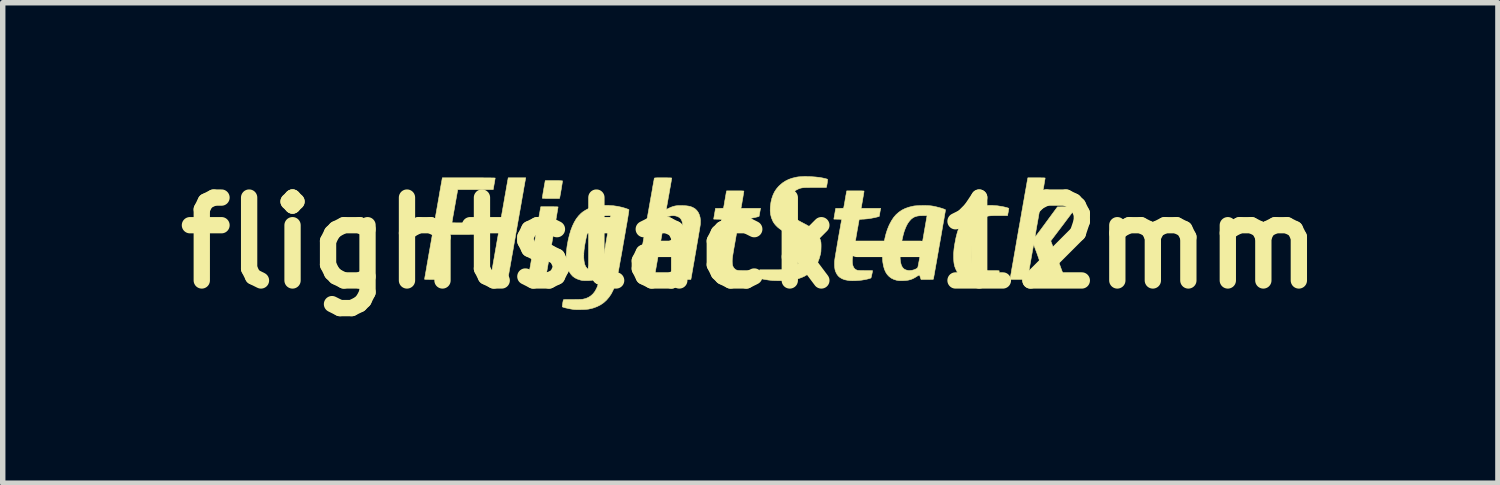
<source format=kicad_pcb>
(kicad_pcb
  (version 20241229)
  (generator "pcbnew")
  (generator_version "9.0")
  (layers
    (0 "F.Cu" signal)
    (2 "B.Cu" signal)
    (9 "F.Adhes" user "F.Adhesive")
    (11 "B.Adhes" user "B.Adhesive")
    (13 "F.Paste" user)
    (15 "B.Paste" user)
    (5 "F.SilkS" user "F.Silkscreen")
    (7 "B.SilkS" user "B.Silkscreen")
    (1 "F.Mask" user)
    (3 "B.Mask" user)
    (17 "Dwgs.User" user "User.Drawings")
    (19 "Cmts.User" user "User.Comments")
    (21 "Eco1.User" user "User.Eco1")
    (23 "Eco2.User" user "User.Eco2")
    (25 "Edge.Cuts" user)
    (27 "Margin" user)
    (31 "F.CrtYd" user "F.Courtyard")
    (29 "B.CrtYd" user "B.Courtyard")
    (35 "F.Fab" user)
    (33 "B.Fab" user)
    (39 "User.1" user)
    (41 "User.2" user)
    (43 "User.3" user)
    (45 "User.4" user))
  (footprint "flightstack-12mm"
    (layer "F.Cu")
    (at 10.748 1.418)
    (property "Reference" "flightstack-12mm" (at 0 0 0) (layer "F.SilkS") (effects (font (size 1.524 1.524) (thickness 0.3))))
    (attr through_hole)
    (fp_poly (pts (xy -3.576 -1.145) (xy -3.541 -1.145) (xy -3.51 -1.145) (xy -3.485 -1.144) (xy -3.467 -1.143) (xy -3.456 -1.142) (xy -3.454 -1.142) (xy -3.454 -1.137) (xy -3.456 -1.123) (xy -3.459 -1.103) (xy -3.463 -1.078) (xy -3.468 -1.049) (xy -3.473 -1.016) (xy -3.478 -0.983) (xy -3.484 -0.95) (xy -3.489 -0.918) (xy -3.495 -0.889) (xy -3.499 -0.864) (xy -3.503 -0.844) (xy -3.505 -0.832) (xy -3.506 -0.83) (xy -3.508 -0.82) (xy -3.666 -0.82) (xy -3.704 -0.82) (xy -3.739 -0.82) (xy -3.769 -0.82) (xy -3.794 -0.821) (xy -3.813 -0.822) (xy -3.823 -0.823) (xy -3.826 -0.823) (xy -3.825 -0.828) (xy -3.823 -0.842) (xy -3.82 -0.862) (xy -3.816 -0.889) (xy -3.811 -0.92) (xy -3.805 -0.954) (xy -3.799 -0.99) (xy -3.792 -1.028) (xy -3.786 -1.065) (xy -3.779 -1.101) (xy -3.774 -1.13) (xy -3.771 -1.145) (xy -3.614 -1.145) (xy -3.576 -1.145)) (stroke (width 0.01) (type solid)) (fill yes) (layer "F.SilkS"))
    (fp_poly (pts (xy -3.657 -0.666) (xy -3.623 -0.666) (xy -3.592 -0.665) (xy -3.567 -0.665) (xy -3.549 -0.664) (xy -3.538 -0.663) (xy -3.535 -0.663) (xy -3.536 -0.658) (xy -3.538 -0.644) (xy -3.542 -0.622) (xy -3.547 -0.592) (xy -3.553 -0.556) (xy -3.56 -0.514) (xy -3.568 -0.466) (xy -3.578 -0.413) (xy -3.587 -0.356) (xy -3.598 -0.295) (xy -3.609 -0.232) (xy -3.621 -0.166) (xy -3.632 -0.099) (xy -3.644 -0.031) (xy -3.656 0.038) (xy -3.668 0.106) (xy -3.68 0.173) (xy -3.692 0.239) (xy -3.703 0.302) (xy -3.714 0.362) (xy -3.724 0.419) (xy -3.733 0.471) (xy -3.741 0.518) (xy -3.749 0.56) (xy -3.755 0.596) (xy -3.761 0.625) (xy -3.765 0.646) (xy -3.767 0.659) (xy -3.768 0.663) (xy -3.77 0.665) (xy -3.773 0.667) (xy -3.779 0.668) (xy -3.788 0.669) (xy -3.802 0.67) (xy -3.822 0.67) (xy -3.848 0.671) (xy -3.881 0.671) (xy -3.923 0.671) (xy -3.93 0.671) (xy -3.968 0.671) (xy -4.002 0.67) (xy -4.032 0.67) (xy -4.057 0.669) (xy -4.075 0.669) (xy -4.086 0.668) (xy -4.088 0.667) (xy -4.087 0.662) (xy -4.085 0.648) (xy -4.081 0.626) (xy -4.076 0.596) (xy -4.07 0.56) (xy -4.062 0.517) (xy -4.054 0.469) (xy -4.044 0.417) (xy -4.034 0.359) (xy -4.024 0.299) (xy -4.013 0.235) (xy -4.001 0.17) (xy -3.989 0.102) (xy -3.977 0.034) (xy -3.965 -0.035) (xy -3.953 -0.103) (xy -3.942 -0.17) (xy -3.93 -0.235) (xy -3.919 -0.298) (xy -3.908 -0.358) (xy -3.898 -0.415) (xy -3.889 -0.467) (xy -3.881 -0.514) (xy -3.873 -0.555) (xy -3.867 -0.591) (xy -3.862 -0.619) (xy -3.858 -0.639) (xy -3.856 -0.652) (xy -3.856 -0.655) (xy -3.853 -0.666) (xy -3.695 -0.666) (xy -3.657 -0.666)) (stroke (width 0.01) (type solid)) (fill yes) (layer "F.SilkS"))
    (fp_poly (pts (xy -4.133 -1.185) (xy -4.134 -1.179) (xy -4.137 -1.164) (xy -4.141 -1.14) (xy -4.147 -1.109) (xy -4.153 -1.07) (xy -4.162 -1.024) (xy -4.171 -0.971) (xy -4.181 -0.912) (xy -4.193 -0.847) (xy -4.205 -0.777) (xy -4.218 -0.702) (xy -4.232 -0.622) (xy -4.247 -0.539) (xy -4.262 -0.452) (xy -4.278 -0.363) (xy -4.294 -0.271) (xy -4.296 -0.256) (xy -4.313 -0.164) (xy -4.328 -0.074) (xy -4.344 0.013) (xy -4.358 0.096) (xy -4.372 0.176) (xy -4.386 0.251) (xy -4.398 0.321) (xy -4.41 0.387) (xy -4.42 0.446) (xy -4.43 0.5) (xy -4.438 0.546) (xy -4.445 0.586) (xy -4.451 0.618) (xy -4.455 0.642) (xy -4.458 0.658) (xy -4.459 0.665) (xy -4.459 0.665) (xy -4.462 0.667) (xy -4.469 0.668) (xy -4.482 0.669) (xy -4.501 0.67) (xy -4.528 0.67) (xy -4.561 0.671) (xy -4.604 0.671) (xy -4.62 0.671) (xy -4.663 0.671) (xy -4.698 0.671) (xy -4.725 0.67) (xy -4.745 0.67) (xy -4.759 0.669) (xy -4.769 0.668) (xy -4.775 0.667) (xy -4.777 0.665) (xy -4.778 0.663) (xy -4.777 0.658) (xy -4.775 0.644) (xy -4.771 0.621) (xy -4.766 0.591) (xy -4.759 0.553) (xy -4.752 0.509) (xy -4.743 0.459) (xy -4.733 0.403) (xy -4.723 0.342) (xy -4.711 0.277) (xy -4.699 0.208) (xy -4.687 0.136) (xy -4.673 0.06) (xy -4.66 -0.017) (xy -4.646 -0.096) (xy -4.632 -0.176) (xy -4.618 -0.257) (xy -4.604 -0.338) (xy -4.59 -0.418) (xy -4.576 -0.497) (xy -4.562 -0.574) (xy -4.549 -0.649) (xy -4.536 -0.722) (xy -4.524 -0.791) (xy -4.513 -0.856) (xy -4.502 -0.916) (xy -4.492 -0.972) (xy -4.484 -1.022) (xy -4.476 -1.066) (xy -4.469 -1.103) (xy -4.464 -1.133) (xy -4.46 -1.155) (xy -4.457 -1.169) (xy -4.457 -1.173) (xy -4.452 -1.198) (xy -4.13 -1.198) (xy -4.133 -1.185)) (stroke (width 0.01) (type solid)) (fill yes) (layer "F.SilkS"))
    (fp_poly (pts (xy 4.547 -0.683) (xy 4.634 -0.669) (xy 4.663 -0.663) (xy 4.689 -0.657) (xy 4.712 -0.651) (xy 4.732 -0.645) (xy 4.746 -0.64) (xy 4.754 -0.636) (xy 4.754 -0.635) (xy 4.753 -0.63) (xy 4.751 -0.618) (xy 4.748 -0.6) (xy 4.745 -0.58) (xy 4.741 -0.559) (xy 4.737 -0.54) (xy 4.734 -0.524) (xy 4.733 -0.515) (xy 4.732 -0.514) (xy 4.73 -0.503) (xy 4.571 -0.503) (xy 4.521 -0.503) (xy 4.48 -0.503) (xy 4.446 -0.502) (xy 4.418 -0.5) (xy 4.394 -0.498) (xy 4.375 -0.495) (xy 4.358 -0.491) (xy 4.343 -0.486) (xy 4.327 -0.48) (xy 4.316 -0.475) (xy 4.283 -0.454) (xy 4.25 -0.425) (xy 4.22 -0.388) (xy 4.191 -0.343) (xy 4.165 -0.293) (xy 4.144 -0.24) (xy 4.128 -0.193) (xy 4.114 -0.139) (xy 4.1 -0.08) (xy 4.088 -0.017) (xy 4.077 0.046) (xy 4.069 0.107) (xy 4.063 0.165) (xy 4.06 0.218) (xy 4.059 0.24) (xy 4.061 0.294) (xy 4.067 0.34) (xy 4.077 0.379) (xy 4.091 0.412) (xy 4.11 0.44) (xy 4.127 0.457) (xy 4.14 0.469) (xy 4.154 0.479) (xy 4.169 0.487) (xy 4.186 0.493) (xy 4.206 0.498) (xy 4.23 0.502) (xy 4.259 0.505) (xy 4.294 0.506) (xy 4.336 0.507) (xy 4.386 0.508) (xy 4.42 0.508) (xy 4.465 0.508) (xy 4.502 0.508) (xy 4.53 0.509) (xy 4.551 0.51) (xy 4.566 0.511) (xy 4.574 0.512) (xy 4.577 0.514) (xy 4.577 0.514) (xy 4.576 0.524) (xy 4.573 0.541) (xy 4.57 0.561) (xy 4.566 0.583) (xy 4.561 0.604) (xy 4.557 0.622) (xy 4.553 0.635) (xy 4.551 0.641) (xy 4.544 0.644) (xy 4.529 0.649) (xy 4.508 0.655) (xy 4.483 0.661) (xy 4.455 0.668) (xy 4.426 0.674) (xy 4.399 0.679) (xy 4.376 0.683) (xy 4.344 0.687) (xy 4.307 0.69) (xy 4.266 0.692) (xy 4.223 0.693) (xy 4.18 0.693) (xy 4.14 0.692) (xy 4.106 0.69) (xy 4.08 0.688) (xy 4.034 0.679) (xy 3.99 0.667) (xy 3.949 0.652) (xy 3.914 0.636) (xy 3.911 0.634) (xy 3.893 0.622) (xy 3.872 0.606) (xy 3.852 0.588) (xy 3.845 0.581) (xy 3.826 0.561) (xy 3.812 0.543) (xy 3.799 0.523) (xy 3.786 0.497) (xy 3.771 0.464) (xy 3.76 0.434) (xy 3.752 0.404) (xy 3.746 0.371) (xy 3.742 0.335) (xy 3.74 0.291) (xy 3.739 0.282) (xy 3.739 0.237) (xy 3.739 0.196) (xy 3.742 0.155) (xy 3.746 0.112) (xy 3.752 0.066) (xy 3.761 0.012) (xy 3.763 0.002) (xy 3.781 -0.093) (xy 3.803 -0.18) (xy 3.828 -0.258) (xy 3.857 -0.33) (xy 3.889 -0.394) (xy 3.926 -0.453) (xy 3.966 -0.505) (xy 3.967 -0.507) (xy 4.007 -0.547) (xy 4.053 -0.584) (xy 4.103 -0.617) (xy 4.155 -0.643) (xy 4.207 -0.662) (xy 4.22 -0.666) (xy 4.295 -0.681) (xy 4.376 -0.689) (xy 4.46 -0.689) (xy 4.547 -0.683)) (stroke (width 0.01) (type solid)) (fill yes) (layer "F.SilkS"))
    (fp_poly (pts (xy -5.11 -1.198) (xy -5.046 -1.198) (xy -4.985 -1.198) (xy -4.927 -1.198) (xy -4.875 -1.197) (xy -4.828 -1.197) (xy -4.787 -1.197) (xy -4.752 -1.196) (xy -4.725 -1.196) (xy -4.705 -1.195) (xy -4.694 -1.195) (xy -4.692 -1.195) (xy -4.692 -1.189) (xy -4.695 -1.175) (xy -4.698 -1.155) (xy -4.702 -1.13) (xy -4.707 -1.1) (xy -4.71 -1.087) (xy -4.728 -0.982) (xy -5.38 -0.982) (xy -5.434 -0.679) (xy -5.443 -0.627) (xy -5.452 -0.577) (xy -5.46 -0.531) (xy -5.468 -0.489) (xy -5.474 -0.452) (xy -5.479 -0.421) (xy -5.483 -0.397) (xy -5.486 -0.381) (xy -5.487 -0.373) (xy -5.488 -0.373) (xy -5.483 -0.372) (xy -5.469 -0.371) (xy -5.448 -0.371) (xy -5.42 -0.37) (xy -5.385 -0.37) (xy -5.346 -0.369) (xy -5.301 -0.369) (xy -5.253 -0.369) (xy -5.217 -0.369) (xy -5.157 -0.369) (xy -5.105 -0.369) (xy -5.063 -0.369) (xy -5.028 -0.368) (xy -5 -0.368) (xy -4.978 -0.367) (xy -4.963 -0.366) (xy -4.953 -0.365) (xy -4.947 -0.364) (xy -4.946 -0.363) (xy -4.947 -0.357) (xy -4.949 -0.342) (xy -4.952 -0.322) (xy -4.957 -0.296) (xy -4.962 -0.267) (xy -4.963 -0.261) (xy -4.968 -0.232) (xy -4.972 -0.206) (xy -4.976 -0.185) (xy -4.978 -0.17) (xy -4.979 -0.162) (xy -4.979 -0.162) (xy -4.984 -0.161) (xy -4.997 -0.16) (xy -5.019 -0.16) (xy -5.047 -0.159) (xy -5.081 -0.159) (xy -5.121 -0.159) (xy -5.166 -0.158) (xy -5.214 -0.158) (xy -5.252 -0.158) (xy -5.526 -0.158) (xy -5.528 -0.147) (xy -5.529 -0.141) (xy -5.532 -0.126) (xy -5.536 -0.103) (xy -5.541 -0.073) (xy -5.548 -0.036) (xy -5.555 0.007) (xy -5.564 0.055) (xy -5.573 0.107) (xy -5.583 0.164) (xy -5.593 0.223) (xy -5.6 0.262) (xy -5.61 0.323) (xy -5.62 0.381) (xy -5.63 0.436) (xy -5.639 0.486) (xy -5.647 0.532) (xy -5.654 0.572) (xy -5.66 0.606) (xy -5.665 0.633) (xy -5.669 0.652) (xy -5.671 0.664) (xy -5.672 0.666) (xy -5.677 0.667) (xy -5.691 0.669) (xy -5.711 0.669) (xy -5.736 0.67) (xy -5.766 0.671) (xy -5.798 0.671) (xy -5.832 0.671) (xy -5.866 0.671) (xy -5.898 0.671) (xy -5.927 0.67) (xy -5.953 0.67) (xy -5.973 0.669) (xy -5.986 0.668) (xy -5.991 0.666) (xy -5.991 0.666) (xy -5.99 0.661) (xy -5.987 0.648) (xy -5.984 0.626) (xy -5.978 0.596) (xy -5.972 0.558) (xy -5.964 0.515) (xy -5.955 0.465) (xy -5.946 0.409) (xy -5.935 0.348) (xy -5.924 0.283) (xy -5.912 0.214) (xy -5.899 0.142) (xy -5.886 0.067) (xy -5.872 -0.011) (xy -5.858 -0.09) (xy -5.844 -0.17) (xy -5.83 -0.251) (xy -5.816 -0.332) (xy -5.802 -0.412) (xy -5.788 -0.492) (xy -5.774 -0.57) (xy -5.761 -0.645) (xy -5.748 -0.718) (xy -5.736 -0.788) (xy -5.724 -0.854) (xy -5.714 -0.916) (xy -5.704 -0.972) (xy -5.695 -1.023) (xy -5.687 -1.069) (xy -5.68 -1.107) (xy -5.674 -1.139) (xy -5.67 -1.163) (xy -5.667 -1.178) (xy -5.666 -1.183) (xy -5.664 -1.198) (xy -5.178 -1.198) (xy -5.11 -1.198)) (stroke (width 0.01) (type solid)) (fill yes) (layer "F.SilkS"))
    (fp_poly (pts (xy 5.3 -1.198) (xy 5.335 -1.198) (xy 5.365 -1.197) (xy 5.39 -1.197) (xy 5.409 -1.196) (xy 5.419 -1.195) (xy 5.422 -1.195) (xy 5.421 -1.189) (xy 5.419 -1.175) (xy 5.415 -1.153) (xy 5.41 -1.123) (xy 5.404 -1.087) (xy 5.397 -1.043) (xy 5.388 -0.994) (xy 5.379 -0.94) (xy 5.369 -0.88) (xy 5.358 -0.817) (xy 5.346 -0.751) (xy 5.334 -0.681) (xy 5.328 -0.652) (xy 5.316 -0.581) (xy 5.304 -0.513) (xy 5.293 -0.448) (xy 5.282 -0.387) (xy 5.272 -0.331) (xy 5.263 -0.279) (xy 5.255 -0.233) (xy 5.249 -0.193) (xy 5.243 -0.16) (xy 5.239 -0.135) (xy 5.236 -0.117) (xy 5.235 -0.108) (xy 5.235 -0.107) (xy 5.238 -0.11) (xy 5.246 -0.12) (xy 5.259 -0.136) (xy 5.276 -0.159) (xy 5.297 -0.187) (xy 5.321 -0.219) (xy 5.349 -0.256) (xy 5.379 -0.297) (xy 5.411 -0.34) (xy 5.442 -0.383) (xy 5.649 -0.664) (xy 5.818 -0.665) (xy 5.858 -0.665) (xy 5.894 -0.665) (xy 5.926 -0.665) (xy 5.953 -0.665) (xy 5.973 -0.664) (xy 5.986 -0.663) (xy 5.991 -0.663) (xy 5.989 -0.658) (xy 5.981 -0.647) (xy 5.968 -0.629) (xy 5.951 -0.605) (xy 5.93 -0.576) (xy 5.905 -0.542) (xy 5.877 -0.504) (xy 5.846 -0.463) (xy 5.812 -0.418) (xy 5.777 -0.371) (xy 5.76 -0.348) (xy 5.525 -0.038) (xy 5.656 0.313) (xy 5.677 0.368) (xy 5.697 0.421) (xy 5.715 0.471) (xy 5.732 0.516) (xy 5.747 0.557) (xy 5.76 0.592) (xy 5.77 0.622) (xy 5.778 0.644) (xy 5.784 0.66) (xy 5.786 0.667) (xy 5.786 0.667) (xy 5.781 0.668) (xy 5.767 0.669) (xy 5.746 0.67) (xy 5.719 0.67) (xy 5.687 0.671) (xy 5.65 0.671) (xy 5.614 0.671) (xy 5.444 0.671) (xy 5.435 0.651) (xy 5.432 0.643) (xy 5.426 0.626) (xy 5.418 0.603) (xy 5.407 0.573) (xy 5.394 0.537) (xy 5.379 0.496) (xy 5.363 0.45) (xy 5.346 0.402) (xy 5.328 0.35) (xy 5.319 0.327) (xy 5.301 0.276) (xy 5.284 0.227) (xy 5.268 0.182) (xy 5.253 0.142) (xy 5.24 0.107) (xy 5.229 0.077) (xy 5.22 0.054) (xy 5.214 0.038) (xy 5.21 0.03) (xy 5.21 0.03) (xy 5.209 0.035) (xy 5.206 0.05) (xy 5.202 0.072) (xy 5.197 0.101) (xy 5.19 0.137) (xy 5.183 0.178) (xy 5.175 0.223) (xy 5.166 0.273) (xy 5.157 0.326) (xy 5.152 0.352) (xy 5.097 0.669) (xy 4.937 0.67) (xy 4.894 0.67) (xy 4.86 0.67) (xy 4.833 0.67) (xy 4.812 0.67) (xy 4.798 0.67) (xy 4.788 0.669) (xy 4.782 0.668) (xy 4.779 0.666) (xy 4.778 0.664) (xy 4.778 0.661) (xy 4.779 0.656) (xy 4.781 0.642) (xy 4.785 0.619) (xy 4.79 0.589) (xy 4.797 0.551) (xy 4.804 0.507) (xy 4.813 0.456) (xy 4.823 0.4) (xy 4.834 0.339) (xy 4.845 0.274) (xy 4.857 0.205) (xy 4.87 0.132) (xy 4.883 0.056) (xy 4.896 -0.021) (xy 4.91 -0.101) (xy 4.924 -0.181) (xy 4.938 -0.262) (xy 4.953 -0.343) (xy 4.967 -0.423) (xy 4.981 -0.503) (xy 4.994 -0.58) (xy 5.008 -0.656) (xy 5.02 -0.729) (xy 5.033 -0.798) (xy 5.044 -0.864) (xy 5.055 -0.925) (xy 5.065 -0.981) (xy 5.074 -1.031) (xy 5.082 -1.076) (xy 5.088 -1.114) (xy 5.094 -1.144) (xy 5.098 -1.167) (xy 5.101 -1.182) (xy 5.102 -1.187) (xy 5.104 -1.198) (xy 5.262 -1.198) (xy 5.3 -1.198)) (stroke (width 0.01) (type solid)) (fill yes) (layer "F.SilkS"))
    (fp_poly (pts (xy 1.969 -0.958) (xy 2.004 -0.958) (xy 2.034 -0.958) (xy 2.059 -0.957) (xy 2.078 -0.956) (xy 2.089 -0.955) (xy 2.091 -0.955) (xy 2.091 -0.95) (xy 2.089 -0.936) (xy 2.086 -0.916) (xy 2.082 -0.891) (xy 2.077 -0.862) (xy 2.071 -0.829) (xy 2.066 -0.796) (xy 2.06 -0.762) (xy 2.054 -0.73) (xy 2.049 -0.701) (xy 2.045 -0.676) (xy 2.041 -0.656) (xy 2.04 -0.653) (xy 2.037 -0.637) (xy 2.397 -0.637) (xy 2.394 -0.623) (xy 2.393 -0.612) (xy 2.389 -0.595) (xy 2.385 -0.573) (xy 2.381 -0.549) (xy 2.381 -0.548) (xy 2.371 -0.489) (xy 2.344 -0.481) (xy 2.288 -0.467) (xy 2.225 -0.455) (xy 2.16 -0.445) (xy 2.095 -0.439) (xy 2.067 -0.438) (xy 2.041 -0.436) (xy 2.023 -0.435) (xy 2.012 -0.433) (xy 2.005 -0.431) (xy 2.002 -0.428) (xy 2.001 -0.425) (xy 1.999 -0.416) (xy 1.996 -0.399) (xy 1.992 -0.375) (xy 1.986 -0.344) (xy 1.98 -0.307) (xy 1.972 -0.266) (xy 1.964 -0.221) (xy 1.956 -0.173) (xy 1.947 -0.123) (xy 1.939 -0.072) (xy 1.93 -0.022) (xy 1.921 0.028) (xy 1.913 0.076) (xy 1.905 0.12) (xy 1.898 0.161) (xy 1.892 0.198) (xy 1.887 0.228) (xy 1.883 0.252) (xy 1.88 0.268) (xy 1.879 0.275) (xy 1.875 0.325) (xy 1.877 0.371) (xy 1.884 0.41) (xy 1.897 0.444) (xy 1.915 0.471) (xy 1.939 0.49) (xy 1.967 0.502) (xy 1.97 0.503) (xy 1.982 0.504) (xy 2.001 0.506) (xy 2.028 0.507) (xy 2.059 0.507) (xy 2.094 0.508) (xy 2.121 0.508) (xy 2.155 0.508) (xy 2.185 0.508) (xy 2.211 0.508) (xy 2.231 0.509) (xy 2.243 0.509) (xy 2.248 0.51) (xy 2.247 0.519) (xy 2.244 0.535) (xy 2.24 0.555) (xy 2.235 0.577) (xy 2.23 0.599) (xy 2.226 0.618) (xy 2.222 0.633) (xy 2.219 0.642) (xy 2.218 0.643) (xy 2.208 0.648) (xy 2.191 0.653) (xy 2.168 0.66) (xy 2.143 0.666) (xy 2.118 0.671) (xy 2.109 0.673) (xy 2.051 0.683) (xy 1.992 0.689) (xy 1.934 0.693) (xy 1.878 0.694) (xy 1.828 0.692) (xy 1.791 0.687) (xy 1.736 0.676) (xy 1.689 0.658) (xy 1.649 0.635) (xy 1.616 0.606) (xy 1.59 0.57) (xy 1.569 0.527) (xy 1.559 0.497) (xy 1.555 0.474) (xy 1.551 0.443) (xy 1.549 0.408) (xy 1.549 0.372) (xy 1.55 0.337) (xy 1.553 0.312) (xy 1.554 0.301) (xy 1.557 0.282) (xy 1.561 0.255) (xy 1.567 0.222) (xy 1.573 0.183) (xy 1.581 0.139) (xy 1.589 0.092) (xy 1.597 0.042) (xy 1.606 -0.01) (xy 1.615 -0.062) (xy 1.624 -0.115) (xy 1.633 -0.166) (xy 1.642 -0.216) (xy 1.65 -0.262) (xy 1.658 -0.305) (xy 1.664 -0.343) (xy 1.67 -0.374) (xy 1.675 -0.4) (xy 1.678 -0.417) (xy 1.68 -0.425) (xy 1.68 -0.429) (xy 1.679 -0.432) (xy 1.675 -0.434) (xy 1.667 -0.435) (xy 1.652 -0.436) (xy 1.631 -0.437) (xy 1.609 -0.437) (xy 1.536 -0.439) (xy 1.553 -0.537) (xy 1.57 -0.635) (xy 1.643 -0.636) (xy 1.67 -0.637) (xy 1.69 -0.638) (xy 1.703 -0.639) (xy 1.711 -0.64) (xy 1.715 -0.642) (xy 1.717 -0.646) (xy 1.718 -0.648) (xy 1.719 -0.656) (xy 1.722 -0.671) (xy 1.726 -0.693) (xy 1.731 -0.721) (xy 1.737 -0.754) (xy 1.743 -0.789) (xy 1.744 -0.798) (xy 1.751 -0.834) (xy 1.756 -0.867) (xy 1.762 -0.896) (xy 1.766 -0.92) (xy 1.769 -0.937) (xy 1.771 -0.947) (xy 1.771 -0.948) (xy 1.773 -0.958) (xy 1.931 -0.958) (xy 1.969 -0.958)) (stroke (width 0.01) (type solid)) (fill yes) (layer "F.SilkS"))
    (fp_poly (pts (xy 3.215 -0.688) (xy 3.255 -0.687) (xy 3.29 -0.685) (xy 3.319 -0.683) (xy 3.333 -0.681) (xy 3.361 -0.677) (xy 3.392 -0.67) (xy 3.425 -0.663) (xy 3.458 -0.654) (xy 3.49 -0.646) (xy 3.52 -0.637) (xy 3.546 -0.628) (xy 3.567 -0.621) (xy 3.582 -0.614) (xy 3.589 -0.609) (xy 3.59 -0.607) (xy 3.589 -0.602) (xy 3.586 -0.588) (xy 3.583 -0.566) (xy 3.577 -0.536) (xy 3.571 -0.5) (xy 3.564 -0.457) (xy 3.556 -0.409) (xy 3.546 -0.356) (xy 3.536 -0.3) (xy 3.526 -0.24) (xy 3.515 -0.177) (xy 3.504 -0.112) (xy 3.492 -0.045) (xy 3.48 0.022) (xy 3.468 0.089) (xy 3.457 0.156) (xy 3.445 0.221) (xy 3.434 0.285) (xy 3.424 0.345) (xy 3.413 0.403) (xy 3.404 0.456) (xy 3.395 0.505) (xy 3.388 0.549) (xy 3.381 0.587) (xy 3.375 0.618) (xy 3.371 0.642) (xy 3.368 0.657) (xy 3.367 0.665) (xy 3.367 0.665) (xy 3.364 0.667) (xy 3.355 0.669) (xy 3.341 0.67) (xy 3.32 0.67) (xy 3.291 0.671) (xy 3.254 0.671) (xy 3.14 0.671) (xy 3.126 0.63) (xy 3.12 0.612) (xy 3.114 0.598) (xy 3.109 0.59) (xy 3.107 0.589) (xy 3.101 0.592) (xy 3.088 0.599) (xy 3.072 0.608) (xy 3.064 0.614) (xy 3.021 0.64) (xy 2.982 0.66) (xy 2.943 0.674) (xy 2.903 0.684) (xy 2.859 0.69) (xy 2.808 0.693) (xy 2.808 0.693) (xy 2.776 0.693) (xy 2.751 0.693) (xy 2.73 0.692) (xy 2.711 0.689) (xy 2.692 0.686) (xy 2.64 0.67) (xy 2.593 0.647) (xy 2.553 0.617) (xy 2.518 0.58) (xy 2.489 0.535) (xy 2.466 0.483) (xy 2.449 0.423) (xy 2.437 0.355) (xy 2.434 0.327) (xy 2.431 0.27) (xy 2.432 0.24) (xy 2.754 0.24) (xy 2.756 0.299) (xy 2.762 0.35) (xy 2.772 0.393) (xy 2.786 0.429) (xy 2.805 0.457) (xy 2.828 0.479) (xy 2.856 0.494) (xy 2.875 0.5) (xy 2.913 0.507) (xy 2.953 0.506) (xy 2.981 0.501) (xy 3.004 0.495) (xy 3.028 0.486) (xy 3.05 0.476) (xy 3.067 0.465) (xy 3.077 0.457) (xy 3.079 0.451) (xy 3.083 0.438) (xy 3.087 0.417) (xy 3.093 0.387) (xy 3.1 0.349) (xy 3.109 0.303) (xy 3.119 0.248) (xy 3.13 0.185) (xy 3.143 0.112) (xy 3.157 0.03) (xy 3.165 -0.014) (xy 3.177 -0.08) (xy 3.188 -0.143) (xy 3.198 -0.203) (xy 3.208 -0.259) (xy 3.217 -0.31) (xy 3.225 -0.357) (xy 3.232 -0.397) (xy 3.238 -0.431) (xy 3.242 -0.458) (xy 3.246 -0.477) (xy 3.248 -0.488) (xy 3.248 -0.49) (xy 3.25 -0.503) (xy 3.179 -0.503) (xy 3.127 -0.502) (xy 3.082 -0.497) (xy 3.044 -0.488) (xy 3.011 -0.475) (xy 2.982 -0.457) (xy 2.955 -0.435) (xy 2.953 -0.433) (xy 2.923 -0.399) (xy 2.895 -0.36) (xy 2.871 -0.316) (xy 2.849 -0.265) (xy 2.828 -0.208) (xy 2.81 -0.143) (xy 2.793 -0.069) (xy 2.783 -0.014) (xy 2.772 0.047) (xy 2.764 0.101) (xy 2.759 0.15) (xy 2.755 0.195) (xy 2.754 0.238) (xy 2.754 0.24) (xy 2.432 0.24) (xy 2.433 0.206) (xy 2.438 0.136) (xy 2.448 0.059) (xy 2.461 -0.019) (xy 2.478 -0.099) (xy 2.496 -0.171) (xy 2.517 -0.237) (xy 2.541 -0.299) (xy 2.559 -0.339) (xy 2.596 -0.408) (xy 2.636 -0.469) (xy 2.681 -0.521) (xy 2.731 -0.565) (xy 2.786 -0.603) (xy 2.848 -0.634) (xy 2.916 -0.658) (xy 2.991 -0.676) (xy 3.005 -0.679) (xy 3.027 -0.682) (xy 3.057 -0.684) (xy 3.093 -0.686) (xy 3.133 -0.687) (xy 3.174 -0.688) (xy 3.215 -0.688)) (stroke (width 0.01) (type solid)) (fill yes) (layer "F.SilkS"))
    (fp_poly (pts (xy -0.24 -0.958) (xy -0.205 -0.958) (xy -0.175 -0.958) (xy -0.15 -0.957) (xy -0.132 -0.956) (xy -0.121 -0.955) (xy -0.118 -0.955) (xy -0.119 -0.95) (xy -0.121 -0.936) (xy -0.124 -0.916) (xy -0.128 -0.891) (xy -0.133 -0.861) (xy -0.138 -0.829) (xy -0.144 -0.795) (xy -0.15 -0.762) (xy -0.155 -0.729) (xy -0.161 -0.699) (xy -0.165 -0.673) (xy -0.169 -0.653) (xy -0.17 -0.651) (xy -0.172 -0.637) (xy 0.188 -0.637) (xy 0.185 -0.623) (xy 0.183 -0.612) (xy 0.18 -0.595) (xy 0.176 -0.573) (xy 0.172 -0.549) (xy 0.172 -0.548) (xy 0.161 -0.489) (xy 0.135 -0.481) (xy 0.078 -0.467) (xy 0.016 -0.455) (xy -0.05 -0.445) (xy -0.115 -0.439) (xy -0.143 -0.438) (xy -0.168 -0.436) (xy -0.186 -0.435) (xy -0.198 -0.433) (xy -0.204 -0.431) (xy -0.207 -0.428) (xy -0.209 -0.425) (xy -0.21 -0.418) (xy -0.212 -0.403) (xy -0.217 -0.381) (xy -0.222 -0.351) (xy -0.228 -0.314) (xy -0.236 -0.272) (xy -0.244 -0.226) (xy -0.253 -0.175) (xy -0.263 -0.121) (xy -0.271 -0.072) (xy -0.283 -0.006) (xy -0.293 0.052) (xy -0.302 0.101) (xy -0.309 0.143) (xy -0.315 0.179) (xy -0.32 0.21) (xy -0.324 0.235) (xy -0.327 0.257) (xy -0.329 0.275) (xy -0.331 0.29) (xy -0.332 0.303) (xy -0.332 0.316) (xy -0.333 0.328) (xy -0.333 0.331) (xy -0.332 0.368) (xy -0.329 0.398) (xy -0.323 0.422) (xy -0.314 0.442) (xy -0.301 0.461) (xy -0.29 0.473) (xy -0.28 0.482) (xy -0.27 0.49) (xy -0.26 0.496) (xy -0.247 0.5) (xy -0.231 0.503) (xy -0.211 0.506) (xy -0.185 0.507) (xy -0.153 0.508) (xy -0.113 0.508) (xy -0.088 0.508) (xy -0.055 0.508) (xy -0.024 0.508) (xy 0.001 0.508) (xy 0.021 0.509) (xy 0.034 0.509) (xy 0.038 0.509) (xy 0.037 0.52) (xy 0.034 0.537) (xy 0.03 0.558) (xy 0.025 0.58) (xy 0.02 0.602) (xy 0.016 0.621) (xy 0.012 0.635) (xy 0.009 0.642) (xy 0.009 0.643) (xy -0.002 0.648) (xy -0.019 0.653) (xy -0.041 0.66) (xy -0.066 0.666) (xy -0.091 0.671) (xy -0.101 0.673) (xy -0.158 0.683) (xy -0.217 0.689) (xy -0.276 0.693) (xy -0.331 0.694) (xy -0.382 0.692) (xy -0.418 0.687) (xy -0.472 0.676) (xy -0.519 0.659) (xy -0.558 0.637) (xy -0.591 0.609) (xy -0.617 0.575) (xy -0.63 0.55) (xy -0.647 0.504) (xy -0.657 0.452) (xy -0.662 0.395) (xy -0.659 0.333) (xy -0.656 0.302) (xy -0.655 0.292) (xy -0.652 0.274) (xy -0.648 0.249) (xy -0.642 0.216) (xy -0.636 0.179) (xy -0.629 0.136) (xy -0.621 0.09) (xy -0.612 0.041) (xy -0.603 -0.009) (xy -0.594 -0.061) (xy -0.585 -0.113) (xy -0.576 -0.164) (xy -0.568 -0.213) (xy -0.56 -0.259) (xy -0.552 -0.301) (xy -0.546 -0.339) (xy -0.54 -0.371) (xy -0.535 -0.396) (xy -0.532 -0.415) (xy -0.53 -0.424) (xy -0.53 -0.425) (xy -0.529 -0.429) (xy -0.53 -0.432) (xy -0.534 -0.434) (xy -0.543 -0.435) (xy -0.557 -0.436) (xy -0.578 -0.437) (xy -0.6 -0.437) (xy -0.674 -0.439) (xy -0.657 -0.537) (xy -0.64 -0.635) (xy -0.567 -0.636) (xy -0.539 -0.637) (xy -0.519 -0.638) (xy -0.506 -0.639) (xy -0.498 -0.64) (xy -0.494 -0.642) (xy -0.492 -0.646) (xy -0.491 -0.648) (xy -0.49 -0.656) (xy -0.487 -0.671) (xy -0.483 -0.693) (xy -0.478 -0.721) (xy -0.473 -0.754) (xy -0.467 -0.789) (xy -0.465 -0.798) (xy -0.459 -0.834) (xy -0.453 -0.867) (xy -0.448 -0.896) (xy -0.444 -0.92) (xy -0.44 -0.937) (xy -0.439 -0.947) (xy -0.438 -0.948) (xy -0.436 -0.958) (xy -0.278 -0.958) (xy -0.24 -0.958)) (stroke (width 0.01) (type solid)) (fill yes) (layer "F.SilkS"))
    (fp_poly (pts (xy -1.568 -1.198) (xy -1.533 -1.198) (xy -1.502 -1.197) (xy -1.477 -1.197) (xy -1.459 -1.196) (xy -1.448 -1.195) (xy -1.446 -1.195) (xy -1.446 -1.189) (xy -1.448 -1.175) (xy -1.452 -1.154) (xy -1.456 -1.126) (xy -1.462 -1.093) (xy -1.468 -1.055) (xy -1.476 -1.013) (xy -1.482 -0.98) (xy -1.49 -0.933) (xy -1.498 -0.886) (xy -1.507 -0.84) (xy -1.514 -0.797) (xy -1.521 -0.759) (xy -1.527 -0.726) (xy -1.531 -0.701) (xy -1.533 -0.692) (xy -1.546 -0.615) (xy -1.5 -0.638) (xy -1.472 -0.651) (xy -1.44 -0.664) (xy -1.411 -0.673) (xy -1.407 -0.674) (xy -1.389 -0.679) (xy -1.373 -0.682) (xy -1.357 -0.684) (xy -1.34 -0.686) (xy -1.318 -0.687) (xy -1.29 -0.687) (xy -1.268 -0.687) (xy -1.217 -0.686) (xy -1.175 -0.683) (xy -1.138 -0.678) (xy -1.105 -0.671) (xy -1.074 -0.66) (xy -1.056 -0.652) (xy -1.017 -0.629) (xy -0.985 -0.599) (xy -0.958 -0.562) (xy -0.938 -0.519) (xy -0.924 -0.471) (xy -0.917 -0.418) (xy -0.918 -0.361) (xy -0.92 -0.338) (xy -0.921 -0.329) (xy -0.924 -0.311) (xy -0.928 -0.285) (xy -0.934 -0.252) (xy -0.94 -0.213) (xy -0.948 -0.168) (xy -0.956 -0.119) (xy -0.965 -0.066) (xy -0.975 -0.009) (xy -0.985 0.049) (xy -0.995 0.109) (xy -1.005 0.17) (xy -1.016 0.23) (xy -1.026 0.29) (xy -1.036 0.348) (xy -1.046 0.403) (xy -1.055 0.455) (xy -1.063 0.503) (xy -1.071 0.546) (xy -1.077 0.584) (xy -1.083 0.615) (xy -1.087 0.638) (xy -1.09 0.654) (xy -1.091 0.658) (xy -1.093 0.671) (xy -1.251 0.671) (xy -1.289 0.671) (xy -1.324 0.671) (xy -1.354 0.67) (xy -1.379 0.669) (xy -1.398 0.669) (xy -1.408 0.668) (xy -1.411 0.667) (xy -1.41 0.662) (xy -1.408 0.648) (xy -1.405 0.626) (xy -1.4 0.596) (xy -1.394 0.56) (xy -1.387 0.517) (xy -1.378 0.469) (xy -1.369 0.415) (xy -1.359 0.357) (xy -1.349 0.296) (xy -1.338 0.231) (xy -1.329 0.185) (xy -1.315 0.098) (xy -1.301 0.021) (xy -1.29 -0.047) (xy -1.279 -0.107) (xy -1.271 -0.159) (xy -1.263 -0.204) (xy -1.257 -0.242) (xy -1.253 -0.272) (xy -1.249 -0.297) (xy -1.247 -0.315) (xy -1.246 -0.328) (xy -1.246 -0.333) (xy -1.249 -0.373) (xy -1.259 -0.408) (xy -1.276 -0.439) (xy -1.279 -0.444) (xy -1.302 -0.467) (xy -1.332 -0.484) (xy -1.366 -0.496) (xy -1.404 -0.502) (xy -1.443 -0.502) (xy -1.482 -0.495) (xy -1.52 -0.483) (xy -1.548 -0.469) (xy -1.574 -0.453) (xy -1.771 0.669) (xy -1.93 0.67) (xy -1.974 0.67) (xy -2.008 0.67) (xy -2.035 0.67) (xy -2.055 0.67) (xy -2.07 0.67) (xy -2.079 0.669) (xy -2.085 0.668) (xy -2.088 0.666) (xy -2.089 0.664) (xy -2.09 0.661) (xy -2.089 0.655) (xy -2.086 0.641) (xy -2.082 0.618) (xy -2.077 0.588) (xy -2.071 0.55) (xy -2.063 0.506) (xy -2.054 0.455) (xy -2.045 0.399) (xy -2.034 0.338) (xy -2.023 0.272) (xy -2.011 0.203) (xy -1.998 0.13) (xy -1.985 0.055) (xy -1.971 -0.023) (xy -1.957 -0.102) (xy -1.943 -0.183) (xy -1.929 -0.264) (xy -1.915 -0.345) (xy -1.901 -0.426) (xy -1.887 -0.505) (xy -1.873 -0.583) (xy -1.86 -0.658) (xy -1.847 -0.731) (xy -1.835 -0.8) (xy -1.823 -0.866) (xy -1.812 -0.927) (xy -1.802 -0.983) (xy -1.794 -1.034) (xy -1.786 -1.078) (xy -1.779 -1.116) (xy -1.773 -1.147) (xy -1.769 -1.17) (xy -1.767 -1.184) (xy -1.765 -1.19) (xy -1.764 -1.192) (xy -1.761 -1.194) (xy -1.756 -1.195) (xy -1.747 -1.196) (xy -1.733 -1.197) (xy -1.714 -1.198) (xy -1.688 -1.198) (xy -1.655 -1.198) (xy -1.613 -1.198) (xy -1.605 -1.198) (xy -1.568 -1.198)) (stroke (width 0.01) (type solid)) (fill yes) (layer "F.SilkS"))
    (fp_poly (pts (xy 1.091 -1.22) (xy 1.147 -1.217) (xy 1.202 -1.213) (xy 1.254 -1.207) (xy 1.275 -1.205) (xy 1.301 -1.2) (xy 1.329 -1.195) (xy 1.355 -1.189) (xy 1.38 -1.183) (xy 1.4 -1.178) (xy 1.414 -1.173) (xy 1.42 -1.17) (xy 1.421 -1.163) (xy 1.42 -1.15) (xy 1.418 -1.13) (xy 1.415 -1.107) (xy 1.411 -1.082) (xy 1.406 -1.057) (xy 1.401 -1.033) (xy 1.401 -1.032) (xy 1.398 -1.021) (xy 1.193 -1.021) (xy 1.138 -1.021) (xy 1.091 -1.02) (xy 1.051 -1.02) (xy 1.018 -1.019) (xy 0.991 -1.018) (xy 0.968 -1.016) (xy 0.949 -1.013) (xy 0.933 -1.01) (xy 0.918 -1.006) (xy 0.903 -1.001) (xy 0.888 -0.995) (xy 0.887 -0.995) (xy 0.84 -0.971) (xy 0.799 -0.94) (xy 0.765 -0.901) (xy 0.737 -0.856) (xy 0.715 -0.804) (xy 0.7 -0.745) (xy 0.695 -0.707) (xy 0.693 -0.661) (xy 0.698 -0.619) (xy 0.71 -0.581) (xy 0.731 -0.544) (xy 0.761 -0.507) (xy 0.767 -0.501) (xy 0.785 -0.483) (xy 0.804 -0.467) (xy 0.824 -0.451) (xy 0.847 -0.435) (xy 0.874 -0.418) (xy 0.906 -0.4) (xy 0.945 -0.379) (xy 0.979 -0.361) (xy 1.025 -0.337) (xy 1.064 -0.315) (xy 1.097 -0.294) (xy 1.126 -0.274) (xy 1.152 -0.253) (xy 1.176 -0.23) (xy 1.193 -0.213) (xy 1.232 -0.166) (xy 1.262 -0.116) (xy 1.286 -0.06) (xy 1.29 -0.048) (xy 1.294 -0.034) (xy 1.297 -0.02) (xy 1.299 -0.006) (xy 1.3 0.011) (xy 1.301 0.034) (xy 1.301 0.063) (xy 1.301 0.072) (xy 1.3 0.107) (xy 1.299 0.135) (xy 1.298 0.159) (xy 1.295 0.181) (xy 1.29 0.202) (xy 1.29 0.205) (xy 1.269 0.281) (xy 1.242 0.352) (xy 1.207 0.416) (xy 1.166 0.474) (xy 1.119 0.525) (xy 1.066 0.569) (xy 1.006 0.606) (xy 0.997 0.611) (xy 0.944 0.635) (xy 0.887 0.655) (xy 0.825 0.671) (xy 0.757 0.683) (xy 0.734 0.686) (xy 0.704 0.688) (xy 0.668 0.69) (xy 0.627 0.691) (xy 0.584 0.693) (xy 0.541 0.693) (xy 0.5 0.693) (xy 0.462 0.692) (xy 0.429 0.691) (xy 0.407 0.69) (xy 0.372 0.686) (xy 0.335 0.682) (xy 0.298 0.676) (xy 0.262 0.67) (xy 0.23 0.664) (xy 0.201 0.658) (xy 0.177 0.651) (xy 0.16 0.646) (xy 0.151 0.641) (xy 0.15 0.639) (xy 0.15 0.632) (xy 0.152 0.617) (xy 0.155 0.595) (xy 0.159 0.569) (xy 0.164 0.539) (xy 0.171 0.507) (xy 0.171 0.507) (xy 0.173 0.494) (xy 0.387 0.494) (xy 0.445 0.493) (xy 0.495 0.493) (xy 0.536 0.493) (xy 0.571 0.492) (xy 0.599 0.491) (xy 0.623 0.489) (xy 0.641 0.488) (xy 0.652 0.486) (xy 0.706 0.477) (xy 0.752 0.465) (xy 0.792 0.448) (xy 0.828 0.428) (xy 0.861 0.401) (xy 0.881 0.381) (xy 0.906 0.352) (xy 0.925 0.322) (xy 0.941 0.289) (xy 0.953 0.256) (xy 0.968 0.2) (xy 0.975 0.148) (xy 0.973 0.099) (xy 0.962 0.054) (xy 0.942 0.013) (xy 0.914 -0.025) (xy 0.878 -0.059) (xy 0.864 -0.07) (xy 0.849 -0.081) (xy 0.832 -0.092) (xy 0.811 -0.104) (xy 0.786 -0.118) (xy 0.755 -0.135) (xy 0.718 -0.155) (xy 0.694 -0.168) (xy 0.634 -0.2) (xy 0.582 -0.232) (xy 0.538 -0.262) (xy 0.501 -0.292) (xy 0.47 -0.323) (xy 0.443 -0.355) (xy 0.421 -0.389) (xy 0.412 -0.407) (xy 0.388 -0.464) (xy 0.373 -0.525) (xy 0.366 -0.59) (xy 0.368 -0.659) (xy 0.369 -0.671) (xy 0.379 -0.748) (xy 0.395 -0.817) (xy 0.417 -0.88) (xy 0.444 -0.938) (xy 0.478 -0.99) (xy 0.519 -1.039) (xy 0.541 -1.06) (xy 0.591 -1.103) (xy 0.646 -1.139) (xy 0.706 -1.169) (xy 0.773 -1.192) (xy 0.846 -1.209) (xy 0.853 -1.211) (xy 0.889 -1.216) (xy 0.933 -1.219) (xy 0.982 -1.221) (xy 1.035 -1.221) (xy 1.091 -1.22)) (stroke (width 0.01) (type solid)) (fill yes) (layer "F.SilkS"))
    (fp_poly (pts (xy -2.516 -0.684) (xy -2.44 -0.673) (xy -2.366 -0.657) (xy -2.299 -0.638) (xy -2.277 -0.63) (xy -2.257 -0.623) (xy -2.242 -0.617) (xy -2.234 -0.614) (xy -2.234 -0.614) (xy -2.233 -0.612) (xy -2.233 -0.607) (xy -2.233 -0.6) (xy -2.234 -0.589) (xy -2.236 -0.574) (xy -2.239 -0.554) (xy -2.243 -0.53) (xy -2.247 -0.501) (xy -2.253 -0.465) (xy -2.26 -0.424) (xy -2.268 -0.375) (xy -2.278 -0.32) (xy -2.289 -0.257) (xy -2.301 -0.186) (xy -2.315 -0.107) (xy -2.33 -0.019) (xy -2.334 0.001) (xy -2.35 0.096) (xy -2.365 0.182) (xy -2.379 0.26) (xy -2.392 0.33) (xy -2.403 0.392) (xy -2.413 0.448) (xy -2.422 0.498) (xy -2.431 0.542) (xy -2.438 0.58) (xy -2.445 0.614) (xy -2.451 0.644) (xy -2.457 0.671) (xy -2.463 0.694) (xy -2.468 0.714) (xy -2.473 0.733) (xy -2.478 0.75) (xy -2.483 0.766) (xy -2.488 0.782) (xy -2.49 0.786) (xy -2.521 0.864) (xy -2.557 0.935) (xy -2.599 0.997) (xy -2.646 1.052) (xy -2.698 1.099) (xy -2.757 1.139) (xy -2.821 1.171) (xy -2.892 1.197) (xy -2.969 1.215) (xy -2.971 1.216) (xy -2.992 1.218) (xy -3.02 1.221) (xy -3.053 1.223) (xy -3.09 1.224) (xy -3.128 1.225) (xy -3.165 1.225) (xy -3.2 1.225) (xy -3.229 1.224) (xy -3.249 1.222) (xy -3.277 1.218) (xy -3.307 1.213) (xy -3.338 1.207) (xy -3.369 1.2) (xy -3.397 1.194) (xy -3.422 1.187) (xy -3.441 1.181) (xy -3.454 1.176) (xy -3.457 1.174) (xy -3.457 1.169) (xy -3.456 1.156) (xy -3.454 1.138) (xy -3.451 1.117) (xy -3.448 1.095) (xy -3.444 1.075) (xy -3.44 1.057) (xy -3.438 1.048) (xy -3.437 1.046) (xy -3.434 1.044) (xy -3.428 1.043) (xy -3.419 1.042) (xy -3.406 1.041) (xy -3.387 1.04) (xy -3.361 1.04) (xy -3.328 1.04) (xy -3.287 1.04) (xy -3.274 1.04) (xy -3.234 1.04) (xy -3.196 1.039) (xy -3.161 1.039) (xy -3.131 1.038) (xy -3.106 1.037) (xy -3.089 1.036) (xy -3.083 1.035) (xy -3.027 1.022) (xy -2.976 1) (xy -2.931 0.971) (xy -2.891 0.934) (xy -2.856 0.889) (xy -2.827 0.836) (xy -2.813 0.803) (xy -2.807 0.785) (xy -2.8 0.763) (xy -2.792 0.737) (xy -2.785 0.711) (xy -2.779 0.686) (xy -2.774 0.664) (xy -2.771 0.648) (xy -2.77 0.641) (xy -2.771 0.638) (xy -2.776 0.638) (xy -2.786 0.641) (xy -2.802 0.648) (xy -2.811 0.652) (xy -2.842 0.666) (xy -2.871 0.677) (xy -2.898 0.684) (xy -2.927 0.688) (xy -2.96 0.691) (xy -3 0.692) (xy -3.007 0.692) (xy -3.04 0.692) (xy -3.064 0.691) (xy -3.084 0.69) (xy -3.101 0.687) (xy -3.116 0.684) (xy -3.127 0.681) (xy -3.181 0.663) (xy -3.227 0.64) (xy -3.266 0.611) (xy -3.298 0.576) (xy -3.3 0.573) (xy -3.331 0.526) (xy -3.354 0.471) (xy -3.371 0.409) (xy -3.382 0.341) (xy -3.385 0.273) (xy -3.063 0.273) (xy -3.058 0.331) (xy -3.049 0.381) (xy -3.043 0.4) (xy -3.027 0.436) (xy -3.004 0.465) (xy -2.976 0.487) (xy -2.943 0.501) (xy -2.904 0.507) (xy -2.861 0.505) (xy -2.836 0.501) (xy -2.816 0.496) (xy -2.795 0.488) (xy -2.774 0.478) (xy -2.756 0.469) (xy -2.742 0.46) (xy -2.735 0.452) (xy -2.735 0.451) (xy -2.733 0.445) (xy -2.731 0.431) (xy -2.727 0.408) (xy -2.721 0.379) (xy -2.715 0.343) (xy -2.708 0.302) (xy -2.7 0.256) (xy -2.691 0.206) (xy -2.682 0.153) (xy -2.672 0.097) (xy -2.662 0.04) (xy -2.652 -0.018) (xy -2.642 -0.076) (xy -2.632 -0.133) (xy -2.622 -0.189) (xy -2.613 -0.243) (xy -2.604 -0.294) (xy -2.596 -0.341) (xy -2.588 -0.383) (xy -2.582 -0.42) (xy -2.577 -0.45) (xy -2.573 -0.474) (xy -2.57 -0.49) (xy -2.569 -0.498) (xy -2.569 -0.499) (xy -2.571 -0.501) (xy -2.58 -0.502) (xy -2.595 -0.503) (xy -2.617 -0.503) (xy -2.648 -0.502) (xy -2.654 -0.502) (xy -2.687 -0.501) (xy -2.713 -0.5) (xy -2.733 -0.498) (xy -2.749 -0.495) (xy -2.763 -0.492) (xy -2.771 -0.489) (xy -2.812 -0.471) (xy -2.851 -0.445) (xy -2.886 -0.409) (xy -2.918 -0.366) (xy -2.947 -0.313) (xy -2.973 -0.252) (xy -2.997 -0.181) (xy -3.014 -0.115) (xy -3.033 -0.026) (xy -3.048 0.058) (xy -3.058 0.136) (xy -3.063 0.208) (xy -3.063 0.273) (xy -3.385 0.273) (xy -3.386 0.265) (xy -3.383 0.183) (xy -3.374 0.094) (xy -3.369 0.055) (xy -3.35 -0.05) (xy -3.327 -0.145) (xy -3.301 -0.233) (xy -3.271 -0.311) (xy -3.237 -0.382) (xy -3.2 -0.444) (xy -3.158 -0.498) (xy -3.113 -0.544) (xy -3.084 -0.568) (xy -3.032 -0.602) (xy -2.978 -0.631) (xy -2.92 -0.653) (xy -2.857 -0.67) (xy -2.787 -0.681) (xy -2.711 -0.688) (xy -2.683 -0.689) (xy -2.597 -0.689) (xy -2.516 -0.684)) (stroke (width 0.01) (type solid)) (fill yes) (layer "F.SilkS")))
  (gr_rect
    (start -3 -3)
    (end 24.496 5.836)
    (stroke (width 0.1) (type default))
    (fill no)
    (layer "Edge.Cuts")))
</source>
